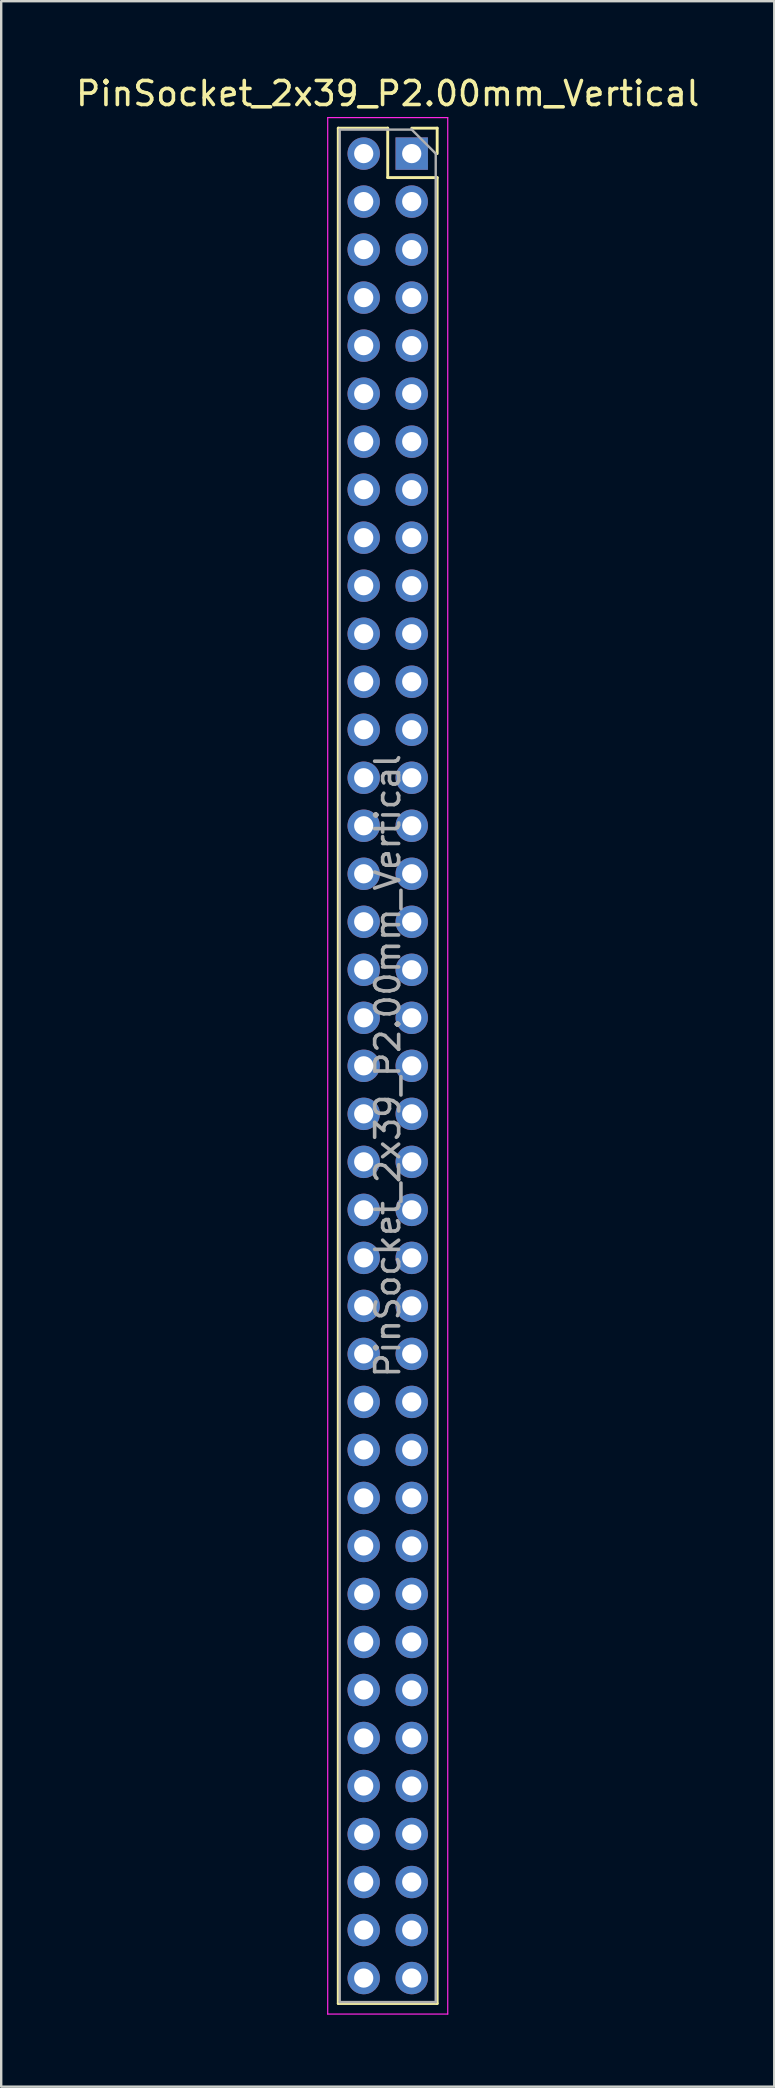
<source format=kicad_pcb>
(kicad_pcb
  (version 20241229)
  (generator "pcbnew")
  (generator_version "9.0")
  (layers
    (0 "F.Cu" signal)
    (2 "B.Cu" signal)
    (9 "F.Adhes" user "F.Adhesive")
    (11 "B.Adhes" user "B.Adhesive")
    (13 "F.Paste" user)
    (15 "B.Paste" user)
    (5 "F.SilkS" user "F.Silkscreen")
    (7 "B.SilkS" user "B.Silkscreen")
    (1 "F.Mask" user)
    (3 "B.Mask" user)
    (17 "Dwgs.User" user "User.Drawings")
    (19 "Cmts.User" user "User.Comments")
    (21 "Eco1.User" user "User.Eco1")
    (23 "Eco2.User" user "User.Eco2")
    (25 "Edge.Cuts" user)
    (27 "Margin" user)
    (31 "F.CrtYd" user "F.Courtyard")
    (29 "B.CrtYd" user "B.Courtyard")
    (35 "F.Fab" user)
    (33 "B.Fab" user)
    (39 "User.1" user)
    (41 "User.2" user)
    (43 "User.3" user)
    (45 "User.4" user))
  (footprint "PinSocket_2x39_P2.00mm_Vertical"
    (layer "F.Cu")
    (at 14.101 3.348)
    (property "Reference" "PinSocket_2x39_P2.00mm_Vertical" (at -1 -2.5 0) (layer "F.SilkS") (effects (font (size 1 1) (thickness 0.15))))
    (attr through_hole)
    (fp_line (start -3.06 -1.06) (end -3.06 77.06) (stroke (width 0.12) (type solid)) (layer "F.SilkS"))
    (fp_line (start -3.06 -1.06) (end -1 -1.06) (stroke (width 0.12) (type solid)) (layer "F.SilkS"))
    (fp_line (start -3.06 77.06) (end 1.06 77.06) (stroke (width 0.12) (type solid)) (layer "F.SilkS"))
    (fp_line (start -1 -1.06) (end -1 1) (stroke (width 0.12) (type solid)) (layer "F.SilkS"))
    (fp_line (start -1 1) (end 1.06 1) (stroke (width 0.12) (type solid)) (layer "F.SilkS"))
    (fp_line (start 0 -1.06) (end 1.06 -1.06) (stroke (width 0.12) (type solid)) (layer "F.SilkS"))
    (fp_line (start 1.06 -1.06) (end 1.06 0) (stroke (width 0.12) (type solid)) (layer "F.SilkS"))
    (fp_line (start 1.06 1) (end 1.06 77.06) (stroke (width 0.12) (type solid)) (layer "F.SilkS"))
    (fp_line (start -3.5 -1.5) (end 1.5 -1.5) (stroke (width 0.05) (type solid)) (layer "F.CrtYd"))
    (fp_line (start -3.5 77.5) (end -3.5 -1.5) (stroke (width 0.05) (type solid)) (layer "F.CrtYd"))
    (fp_line (start 1.5 -1.5) (end 1.5 77.5) (stroke (width 0.05) (type solid)) (layer "F.CrtYd"))
    (fp_line (start 1.5 77.5) (end -3.5 77.5) (stroke (width 0.05) (type solid)) (layer "F.CrtYd"))
    (fp_line (start -3 -1) (end 0 -1) (stroke (width 0.1) (type solid)) (layer "F.Fab"))
    (fp_line (start -3 77) (end -3 -1) (stroke (width 0.1) (type solid)) (layer "F.Fab"))
    (fp_line (start 0 -1) (end 1 0) (stroke (width 0.1) (type solid)) (layer "F.Fab"))
    (fp_line (start 1 0) (end 1 77) (stroke (width 0.1) (type solid)) (layer "F.Fab"))
    (fp_line (start 1 77) (end -3 77) (stroke (width 0.1) (type solid)) (layer "F.Fab"))
    (fp_text user "${REFERENCE}" (at -1 38 90) (layer "F.Fab") (effects (font (size 1 1) (thickness 0.15))))
    (pad "1" thru_hole rect (at 0 0) (size 1.35 1.35) (drill 0.8) (layers "*.Cu" "*.Mask"))
    (pad "2" thru_hole oval (at -2 0) (size 1.35 1.35) (drill 0.8) (layers "*.Cu" "*.Mask"))
    (pad "3" thru_hole oval (at 0 2) (size 1.35 1.35) (drill 0.8) (layers "*.Cu" "*.Mask"))
    (pad "4" thru_hole oval (at -2 2) (size 1.35 1.35) (drill 0.8) (layers "*.Cu" "*.Mask"))
    (pad "5" thru_hole oval (at 0 4) (size 1.35 1.35) (drill 0.8) (layers "*.Cu" "*.Mask"))
    (pad "6" thru_hole oval (at -2 4) (size 1.35 1.35) (drill 0.8) (layers "*.Cu" "*.Mask"))
    (pad "7" thru_hole oval (at 0 6) (size 1.35 1.35) (drill 0.8) (layers "*.Cu" "*.Mask"))
    (pad "8" thru_hole oval (at -2 6) (size 1.35 1.35) (drill 0.8) (layers "*.Cu" "*.Mask"))
    (pad "9" thru_hole oval (at 0 8) (size 1.35 1.35) (drill 0.8) (layers "*.Cu" "*.Mask"))
    (pad "10" thru_hole oval (at -2 8) (size 1.35 1.35) (drill 0.8) (layers "*.Cu" "*.Mask"))
    (pad "11" thru_hole oval (at 0 10) (size 1.35 1.35) (drill 0.8) (layers "*.Cu" "*.Mask"))
    (pad "12" thru_hole oval (at -2 10) (size 1.35 1.35) (drill 0.8) (layers "*.Cu" "*.Mask"))
    (pad "13" thru_hole oval (at 0 12) (size 1.35 1.35) (drill 0.8) (layers "*.Cu" "*.Mask"))
    (pad "14" thru_hole oval (at -2 12) (size 1.35 1.35) (drill 0.8) (layers "*.Cu" "*.Mask"))
    (pad "15" thru_hole oval (at 0 14) (size 1.35 1.35) (drill 0.8) (layers "*.Cu" "*.Mask"))
    (pad "16" thru_hole oval (at -2 14) (size 1.35 1.35) (drill 0.8) (layers "*.Cu" "*.Mask"))
    (pad "17" thru_hole oval (at 0 16) (size 1.35 1.35) (drill 0.8) (layers "*.Cu" "*.Mask"))
    (pad "18" thru_hole oval (at -2 16) (size 1.35 1.35) (drill 0.8) (layers "*.Cu" "*.Mask"))
    (pad "19" thru_hole oval (at 0 18) (size 1.35 1.35) (drill 0.8) (layers "*.Cu" "*.Mask"))
    (pad "20" thru_hole oval (at -2 18) (size 1.35 1.35) (drill 0.8) (layers "*.Cu" "*.Mask"))
    (pad "21" thru_hole oval (at 0 20) (size 1.35 1.35) (drill 0.8) (layers "*.Cu" "*.Mask"))
    (pad "22" thru_hole oval (at -2 20) (size 1.35 1.35) (drill 0.8) (layers "*.Cu" "*.Mask"))
    (pad "23" thru_hole oval (at 0 22) (size 1.35 1.35) (drill 0.8) (layers "*.Cu" "*.Mask"))
    (pad "24" thru_hole oval (at -2 22) (size 1.35 1.35) (drill 0.8) (layers "*.Cu" "*.Mask"))
    (pad "25" thru_hole oval (at 0 24) (size 1.35 1.35) (drill 0.8) (layers "*.Cu" "*.Mask"))
    (pad "26" thru_hole oval (at -2 24) (size 1.35 1.35) (drill 0.8) (layers "*.Cu" "*.Mask"))
    (pad "27" thru_hole oval (at 0 26) (size 1.35 1.35) (drill 0.8) (layers "*.Cu" "*.Mask"))
    (pad "28" thru_hole oval (at -2 26) (size 1.35 1.35) (drill 0.8) (layers "*.Cu" "*.Mask"))
    (pad "29" thru_hole oval (at 0 28) (size 1.35 1.35) (drill 0.8) (layers "*.Cu" "*.Mask"))
    (pad "30" thru_hole oval (at -2 28) (size 1.35 1.35) (drill 0.8) (layers "*.Cu" "*.Mask"))
    (pad "31" thru_hole oval (at 0 30) (size 1.35 1.35) (drill 0.8) (layers "*.Cu" "*.Mask"))
    (pad "32" thru_hole oval (at -2 30) (size 1.35 1.35) (drill 0.8) (layers "*.Cu" "*.Mask"))
    (pad "33" thru_hole oval (at 0 32) (size 1.35 1.35) (drill 0.8) (layers "*.Cu" "*.Mask"))
    (pad "34" thru_hole oval (at -2 32) (size 1.35 1.35) (drill 0.8) (layers "*.Cu" "*.Mask"))
    (pad "35" thru_hole oval (at 0 34) (size 1.35 1.35) (drill 0.8) (layers "*.Cu" "*.Mask"))
    (pad "36" thru_hole oval (at -2 34) (size 1.35 1.35) (drill 0.8) (layers "*.Cu" "*.Mask"))
    (pad "37" thru_hole oval (at 0 36) (size 1.35 1.35) (drill 0.8) (layers "*.Cu" "*.Mask"))
    (pad "38" thru_hole oval (at -2 36) (size 1.35 1.35) (drill 0.8) (layers "*.Cu" "*.Mask"))
    (pad "39" thru_hole oval (at 0 38) (size 1.35 1.35) (drill 0.8) (layers "*.Cu" "*.Mask"))
    (pad "40" thru_hole oval (at -2 38) (size 1.35 1.35) (drill 0.8) (layers "*.Cu" "*.Mask"))
    (pad "41" thru_hole oval (at 0 40) (size 1.35 1.35) (drill 0.8) (layers "*.Cu" "*.Mask"))
    (pad "42" thru_hole oval (at -2 40) (size 1.35 1.35) (drill 0.8) (layers "*.Cu" "*.Mask"))
    (pad "43" thru_hole oval (at 0 42) (size 1.35 1.35) (drill 0.8) (layers "*.Cu" "*.Mask"))
    (pad "44" thru_hole oval (at -2 42) (size 1.35 1.35) (drill 0.8) (layers "*.Cu" "*.Mask"))
    (pad "45" thru_hole oval (at 0 44) (size 1.35 1.35) (drill 0.8) (layers "*.Cu" "*.Mask"))
    (pad "46" thru_hole oval (at -2 44) (size 1.35 1.35) (drill 0.8) (layers "*.Cu" "*.Mask"))
    (pad "47" thru_hole oval (at 0 46) (size 1.35 1.35) (drill 0.8) (layers "*.Cu" "*.Mask"))
    (pad "48" thru_hole oval (at -2 46) (size 1.35 1.35) (drill 0.8) (layers "*.Cu" "*.Mask"))
    (pad "49" thru_hole oval (at 0 48) (size 1.35 1.35) (drill 0.8) (layers "*.Cu" "*.Mask"))
    (pad "50" thru_hole oval (at -2 48) (size 1.35 1.35) (drill 0.8) (layers "*.Cu" "*.Mask"))
    (pad "51" thru_hole oval (at 0 50) (size 1.35 1.35) (drill 0.8) (layers "*.Cu" "*.Mask"))
    (pad "52" thru_hole oval (at -2 50) (size 1.35 1.35) (drill 0.8) (layers "*.Cu" "*.Mask"))
    (pad "53" thru_hole oval (at 0 52) (size 1.35 1.35) (drill 0.8) (layers "*.Cu" "*.Mask"))
    (pad "54" thru_hole oval (at -2 52) (size 1.35 1.35) (drill 0.8) (layers "*.Cu" "*.Mask"))
    (pad "55" thru_hole oval (at 0 54) (size 1.35 1.35) (drill 0.8) (layers "*.Cu" "*.Mask"))
    (pad "56" thru_hole oval (at -2 54) (size 1.35 1.35) (drill 0.8) (layers "*.Cu" "*.Mask"))
    (pad "57" thru_hole oval (at 0 56) (size 1.35 1.35) (drill 0.8) (layers "*.Cu" "*.Mask"))
    (pad "58" thru_hole oval (at -2 56) (size 1.35 1.35) (drill 0.8) (layers "*.Cu" "*.Mask"))
    (pad "59" thru_hole oval (at 0 58) (size 1.35 1.35) (drill 0.8) (layers "*.Cu" "*.Mask"))
    (pad "60" thru_hole oval (at -2 58) (size 1.35 1.35) (drill 0.8) (layers "*.Cu" "*.Mask"))
    (pad "61" thru_hole oval (at 0 60) (size 1.35 1.35) (drill 0.8) (layers "*.Cu" "*.Mask"))
    (pad "62" thru_hole oval (at -2 60) (size 1.35 1.35) (drill 0.8) (layers "*.Cu" "*.Mask"))
    (pad "63" thru_hole oval (at 0 62) (size 1.35 1.35) (drill 0.8) (layers "*.Cu" "*.Mask"))
    (pad "64" thru_hole oval (at -2 62) (size 1.35 1.35) (drill 0.8) (layers "*.Cu" "*.Mask"))
    (pad "65" thru_hole oval (at 0 64) (size 1.35 1.35) (drill 0.8) (layers "*.Cu" "*.Mask"))
    (pad "66" thru_hole oval (at -2 64) (size 1.35 1.35) (drill 0.8) (layers "*.Cu" "*.Mask"))
    (pad "67" thru_hole oval (at 0 66) (size 1.35 1.35) (drill 0.8) (layers "*.Cu" "*.Mask"))
    (pad "68" thru_hole oval (at -2 66) (size 1.35 1.35) (drill 0.8) (layers "*.Cu" "*.Mask"))
    (pad "69" thru_hole oval (at 0 68) (size 1.35 1.35) (drill 0.8) (layers "*.Cu" "*.Mask"))
    (pad "70" thru_hole oval (at -2 68) (size 1.35 1.35) (drill 0.8) (layers "*.Cu" "*.Mask"))
    (pad "71" thru_hole oval (at 0 70) (size 1.35 1.35) (drill 0.8) (layers "*.Cu" "*.Mask"))
    (pad "72" thru_hole oval (at -2 70) (size 1.35 1.35) (drill 0.8) (layers "*.Cu" "*.Mask"))
    (pad "73" thru_hole oval (at 0 72) (size 1.35 1.35) (drill 0.8) (layers "*.Cu" "*.Mask"))
    (pad "74" thru_hole oval (at -2 72) (size 1.35 1.35) (drill 0.8) (layers "*.Cu" "*.Mask"))
    (pad "75" thru_hole oval (at 0 74) (size 1.35 1.35) (drill 0.8) (layers "*.Cu" "*.Mask"))
    (pad "76" thru_hole oval (at -2 74) (size 1.35 1.35) (drill 0.8) (layers "*.Cu" "*.Mask"))
    (pad "77" thru_hole oval (at 0 76) (size 1.35 1.35) (drill 0.8) (layers "*.Cu" "*.Mask"))
    (pad "78" thru_hole oval (at -2 76) (size 1.35 1.35) (drill 0.8) (layers "*.Cu" "*.Mask")))
  (gr_rect
    (start -3 -3)
    (end 29.202 83.873)
    (stroke (width 0.1) (type default))
    (fill no)
    (layer "Edge.Cuts")))
</source>
